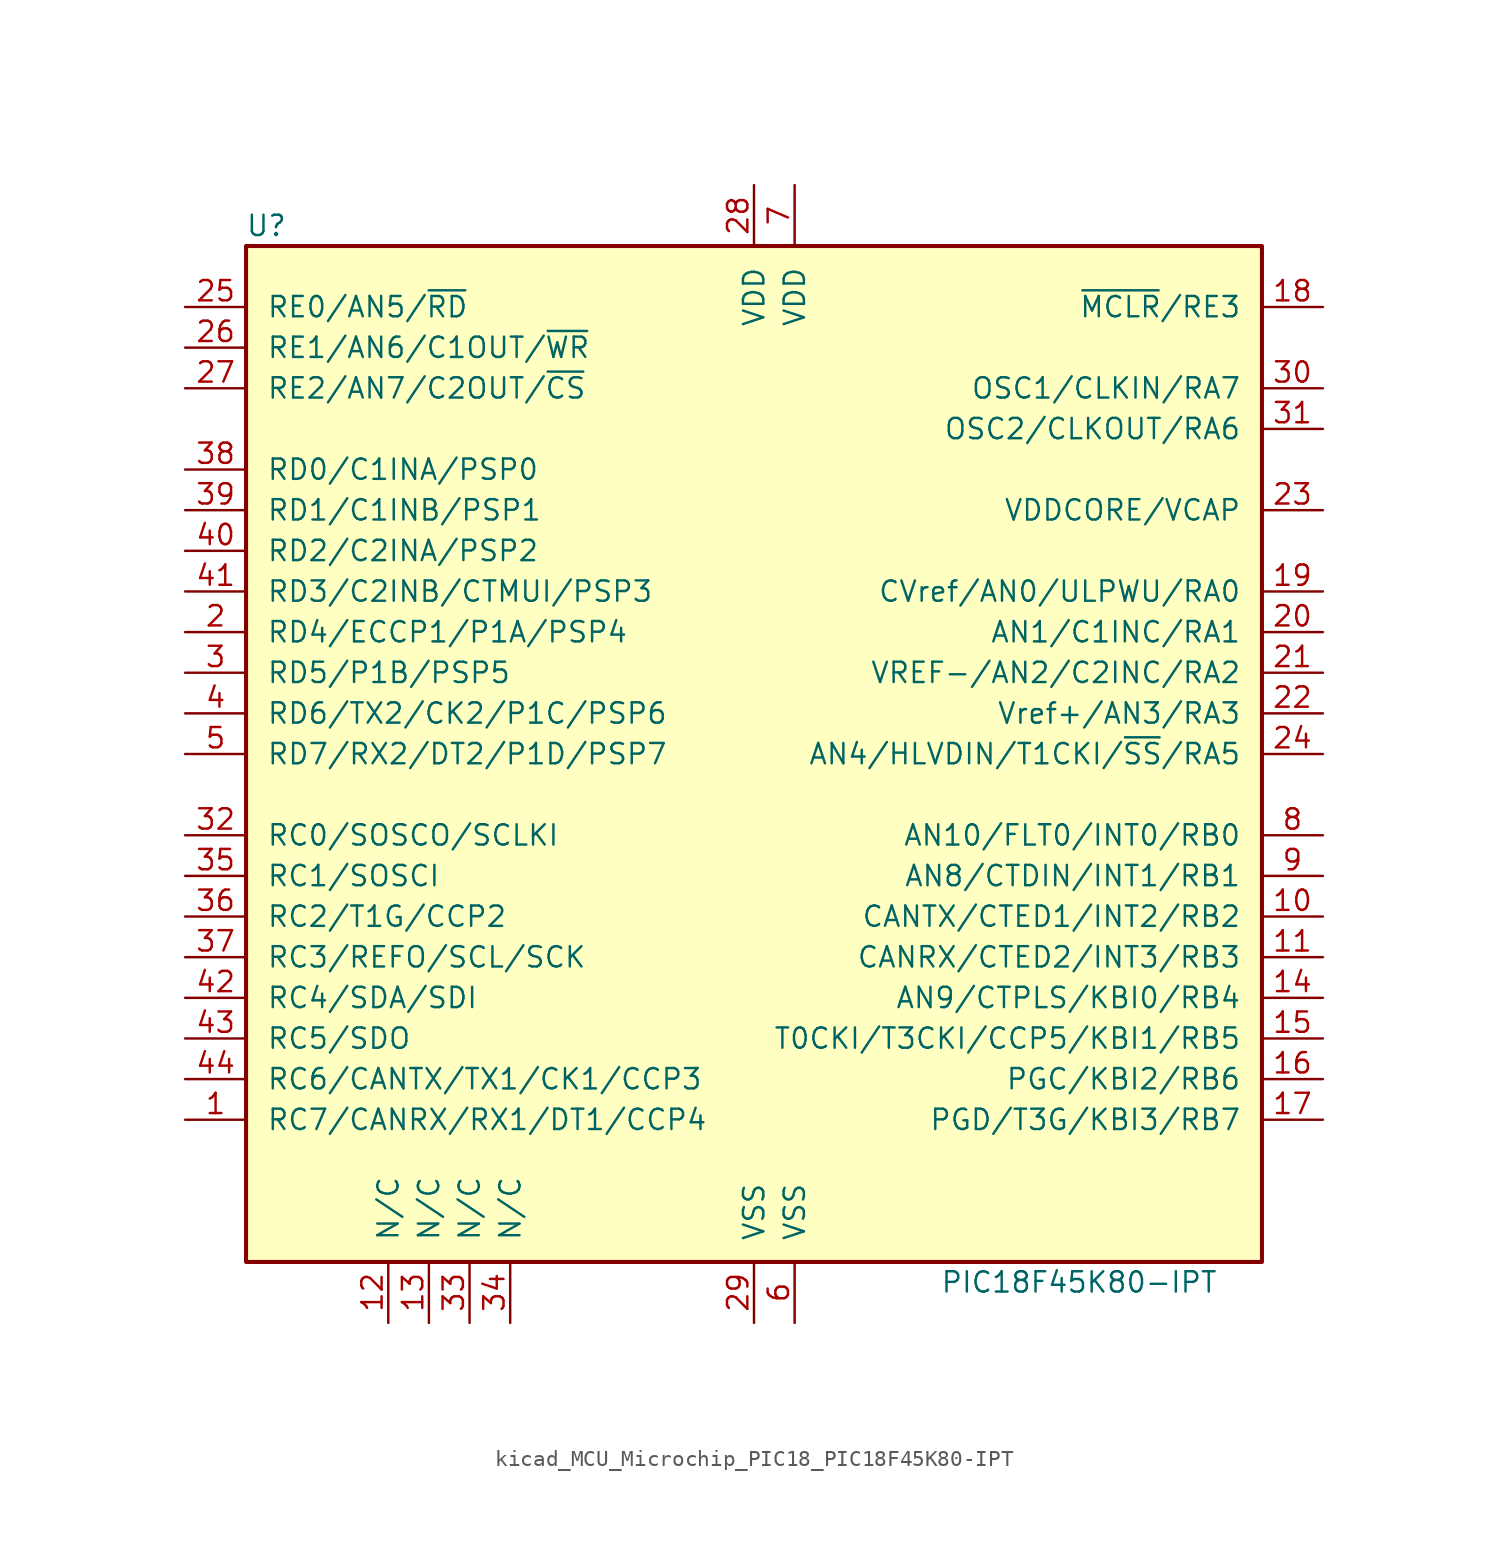
<source format=kicad_sym>
(kicad_symbol_lib
  (version 20220914)
  (generator kicad_symbol_editor)
  (symbol "kicad_MCU_Microchip_PIC18_PIC18F45K80-IPT"
    (pin_names
      (offset 1.27))
    (property "Reference" "U"
      (at -30.48 33.02 0)
      (effects (font (size 1.27 1.27))))
    (property "Value" "PIC18F45K80-IPT"
      (at 20.32 -33.02 0)
      (effects (font (size 1.27 1.27))))
    (symbol "kicad_MCU_Microchip_PIC18_PIC18F45K80-IPT_0_1"
      (rectangle (start -31.75 31.75) (end 31.75 -31.75) (stroke (width 0.254) (type default)) (fill (type background))))
    (symbol "kicad_MCU_Microchip_PIC18_PIC18F45K80-IPT_1_1"
      (pin bidirectional line (at -35.56 -22.86 0) (length 3.81) (name "RC7/CANRX/RX1/DT1/CCP4" (effects (font (size 1.27 1.27)))) (number "1" (effects (font (size 1.27 1.27)))))
      (pin bidirectional line (at 35.56 -10.16 180) (length 3.81) (name "CANTX/CTED1/INT2/RB2" (effects (font (size 1.27 1.27)))) (number "10" (effects (font (size 1.27 1.27)))))
      (pin bidirectional line (at 35.56 -12.7 180) (length 3.81) (name "CANRX/CTED2/INT3/RB3" (effects (font (size 1.27 1.27)))) (number "11" (effects (font (size 1.27 1.27)))))
      (pin bidirectional line (at -22.86 -35.56 90) (length 3.81) (name "N/C" (effects (font (size 1.27 1.27)))) (number "12" (effects (font (size 1.27 1.27)))))
      (pin bidirectional line (at -20.32 -35.56 90) (length 3.81) (name "N/C" (effects (font (size 1.27 1.27)))) (number "13" (effects (font (size 1.27 1.27)))))
      (pin bidirectional line (at 35.56 -15.24 180) (length 3.81) (name "AN9/CTPLS/KBI0/RB4" (effects (font (size 1.27 1.27)))) (number "14" (effects (font (size 1.27 1.27)))))
      (pin bidirectional line (at 35.56 -17.78 180) (length 3.81) (name "T0CKI/T3CKI/CCP5/KBI1/RB5" (effects (font (size 1.27 1.27)))) (number "15" (effects (font (size 1.27 1.27)))))
      (pin bidirectional line (at 35.56 -20.32 180) (length 3.81) (name "PGC/KBI2/RB6" (effects (font (size 1.27 1.27)))) (number "16" (effects (font (size 1.27 1.27)))))
      (pin bidirectional line (at 35.56 -22.86 180) (length 3.81) (name "PGD/T3G/KBI3/RB7" (effects (font (size 1.27 1.27)))) (number "17" (effects (font (size 1.27 1.27)))))
      (pin input line (at 35.56 27.94 180) (length 3.81) (name "~{MCLR}/RE3" (effects (font (size 1.27 1.27)))) (number "18" (effects (font (size 1.27 1.27)))))
      (pin bidirectional line (at 35.56 10.16 180) (length 3.81) (name "CVref/AN0/ULPWU/RA0" (effects (font (size 1.27 1.27)))) (number "19" (effects (font (size 1.27 1.27)))))
      (pin bidirectional line (at -35.56 7.62 0) (length 3.81) (name "RD4/ECCP1/P1A/PSP4" (effects (font (size 1.27 1.27)))) (number "2" (effects (font (size 1.27 1.27)))))
      (pin bidirectional line (at 35.56 7.62 180) (length 3.81) (name "AN1/C1INC/RA1" (effects (font (size 1.27 1.27)))) (number "20" (effects (font (size 1.27 1.27)))))
      (pin bidirectional line (at 35.56 5.08 180) (length 3.81) (name "VREF-/AN2/C2INC/RA2" (effects (font (size 1.27 1.27)))) (number "21" (effects (font (size 1.27 1.27)))))
      (pin bidirectional line (at 35.56 2.54 180) (length 3.81) (name "Vref+/AN3/RA3" (effects (font (size 1.27 1.27)))) (number "22" (effects (font (size 1.27 1.27)))))
      (pin passive line (at 35.56 15.24 180) (length 3.81) (name "VDDCORE/VCAP" (effects (font (size 1.27 1.27)))) (number "23" (effects (font (size 1.27 1.27)))))
      (pin bidirectional line (at 35.56 0 180) (length 3.81) (name "AN4/HLVDIN/T1CKI/~{SS}/RA5" (effects (font (size 1.27 1.27)))) (number "24" (effects (font (size 1.27 1.27)))))
      (pin bidirectional line (at -35.56 27.94 0) (length 3.81) (name "RE0/AN5/~{RD}" (effects (font (size 1.27 1.27)))) (number "25" (effects (font (size 1.27 1.27)))))
      (pin bidirectional line (at -35.56 25.4 0) (length 3.81) (name "RE1/AN6/C1OUT/~{WR}" (effects (font (size 1.27 1.27)))) (number "26" (effects (font (size 1.27 1.27)))))
      (pin power_in line (at -35.56 22.86 0) (length 3.81) (name "RE2/AN7/C2OUT/~{CS}" (effects (font (size 1.27 1.27)))) (number "27" (effects (font (size 1.27 1.27)))))
      (pin power_in line (at 0 35.56 270) (length 3.81) (name "VDD" (effects (font (size 1.27 1.27)))) (number "28" (effects (font (size 1.27 1.27)))))
      (pin power_in line (at 0 -35.56 90) (length 3.81) (name "VSS" (effects (font (size 1.27 1.27)))) (number "29" (effects (font (size 1.27 1.27)))))
      (pin bidirectional line (at -35.56 5.08 0) (length 3.81) (name "RD5/P1B/PSP5" (effects (font (size 1.27 1.27)))) (number "3" (effects (font (size 1.27 1.27)))))
      (pin input line (at 35.56 22.86 180) (length 3.81) (name "OSC1/CLKIN/RA7" (effects (font (size 1.27 1.27)))) (number "30" (effects (font (size 1.27 1.27)))))
      (pin output line (at 35.56 20.32 180) (length 3.81) (name "OSC2/CLKOUT/RA6" (effects (font (size 1.27 1.27)))) (number "31" (effects (font (size 1.27 1.27)))))
      (pin bidirectional line (at -35.56 -5.08 0) (length 3.81) (name "RC0/SOSCO/SCLKI" (effects (font (size 1.27 1.27)))) (number "32" (effects (font (size 1.27 1.27)))))
      (pin bidirectional line (at -17.78 -35.56 90) (length 3.81) (name "N/C" (effects (font (size 1.27 1.27)))) (number "33" (effects (font (size 1.27 1.27)))))
      (pin bidirectional line (at -15.24 -35.56 90) (length 3.81) (name "N/C" (effects (font (size 1.27 1.27)))) (number "34" (effects (font (size 1.27 1.27)))))
      (pin bidirectional line (at -35.56 -7.62 0) (length 3.81) (name "RC1/SOSCI" (effects (font (size 1.27 1.27)))) (number "35" (effects (font (size 1.27 1.27)))))
      (pin bidirectional line (at -35.56 -10.16 0) (length 3.81) (name "RC2/T1G/CCP2" (effects (font (size 1.27 1.27)))) (number "36" (effects (font (size 1.27 1.27)))))
      (pin bidirectional line (at -35.56 -12.7 0) (length 3.81) (name "RC3/REFO/SCL/SCK" (effects (font (size 1.27 1.27)))) (number "37" (effects (font (size 1.27 1.27)))))
      (pin bidirectional line (at -35.56 17.78 0) (length 3.81) (name "RD0/C1INA/PSP0" (effects (font (size 1.27 1.27)))) (number "38" (effects (font (size 1.27 1.27)))))
      (pin bidirectional line (at -35.56 15.24 0) (length 3.81) (name "RD1/C1INB/PSP1" (effects (font (size 1.27 1.27)))) (number "39" (effects (font (size 1.27 1.27)))))
      (pin bidirectional line (at -35.56 2.54 0) (length 3.81) (name "RD6/TX2/CK2/P1C/PSP6" (effects (font (size 1.27 1.27)))) (number "4" (effects (font (size 1.27 1.27)))))
      (pin bidirectional line (at -35.56 12.7 0) (length 3.81) (name "RD2/C2INA/PSP2" (effects (font (size 1.27 1.27)))) (number "40" (effects (font (size 1.27 1.27)))))
      (pin bidirectional line (at -35.56 10.16 0) (length 3.81) (name "RD3/C2INB/CTMUI/PSP3" (effects (font (size 1.27 1.27)))) (number "41" (effects (font (size 1.27 1.27)))))
      (pin bidirectional line (at -35.56 -15.24 0) (length 3.81) (name "RC4/SDA/SDI" (effects (font (size 1.27 1.27)))) (number "42" (effects (font (size 1.27 1.27)))))
      (pin bidirectional line (at -35.56 -17.78 0) (length 3.81) (name "RC5/SDO" (effects (font (size 1.27 1.27)))) (number "43" (effects (font (size 1.27 1.27)))))
      (pin bidirectional line (at -35.56 -20.32 0) (length 3.81) (name "RC6/CANTX/TX1/CK1/CCP3" (effects (font (size 1.27 1.27)))) (number "44" (effects (font (size 1.27 1.27)))))
      (pin bidirectional line (at -35.56 0 0) (length 3.81) (name "RD7/RX2/DT2/P1D/PSP7" (effects (font (size 1.27 1.27)))) (number "5" (effects (font (size 1.27 1.27)))))
      (pin power_in line (at 2.54 -35.56 90) (length 3.81) (name "VSS" (effects (font (size 1.27 1.27)))) (number "6" (effects (font (size 1.27 1.27)))))
      (pin power_in line (at 2.54 35.56 270) (length 3.81) (name "VDD" (effects (font (size 1.27 1.27)))) (number "7" (effects (font (size 1.27 1.27)))))
      (pin bidirectional line (at 35.56 -5.08 180) (length 3.81) (name "AN10/FLT0/INT0/RB0" (effects (font (size 1.27 1.27)))) (number "8" (effects (font (size 1.27 1.27)))))
      (pin bidirectional line (at 35.56 -7.62 180) (length 3.81) (name "AN8/CTDIN/INT1/RB1" (effects (font (size 1.27 1.27)))) (number "9" (effects (font (size 1.27 1.27))))))))
</source>
